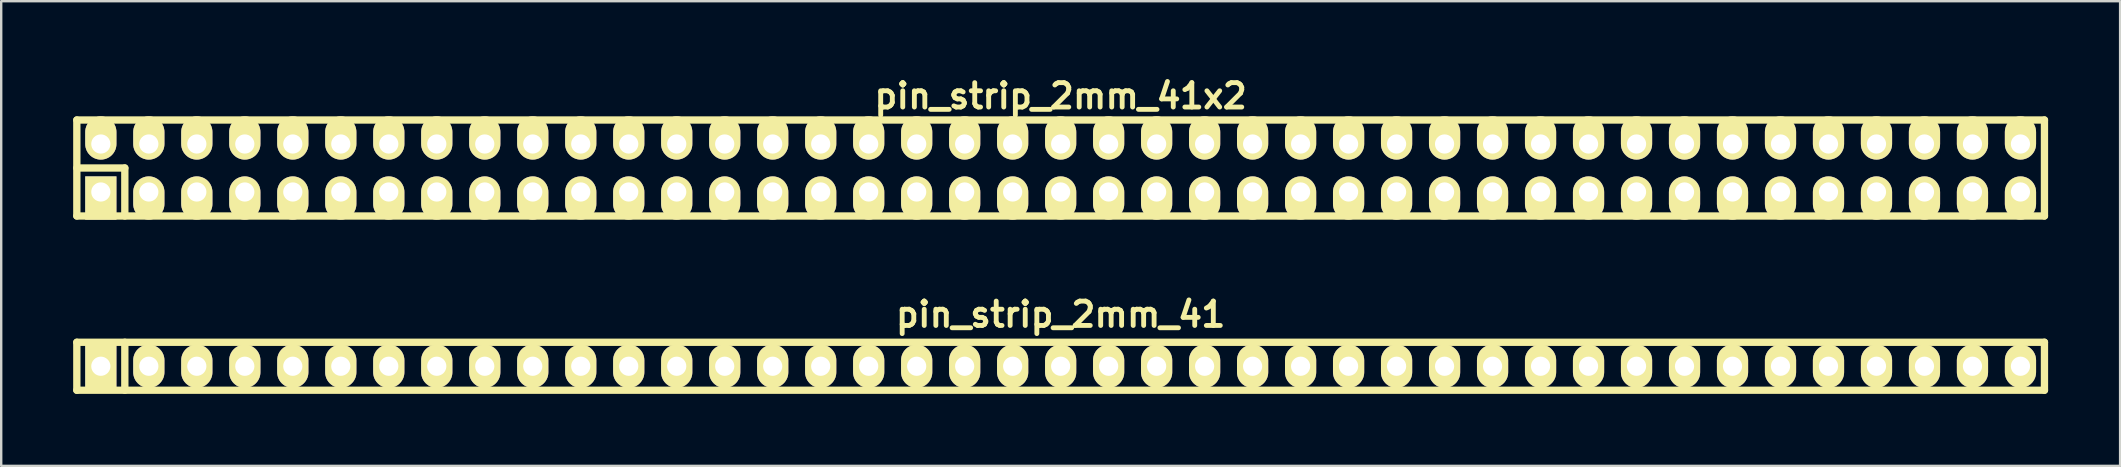
<source format=kicad_pcb>
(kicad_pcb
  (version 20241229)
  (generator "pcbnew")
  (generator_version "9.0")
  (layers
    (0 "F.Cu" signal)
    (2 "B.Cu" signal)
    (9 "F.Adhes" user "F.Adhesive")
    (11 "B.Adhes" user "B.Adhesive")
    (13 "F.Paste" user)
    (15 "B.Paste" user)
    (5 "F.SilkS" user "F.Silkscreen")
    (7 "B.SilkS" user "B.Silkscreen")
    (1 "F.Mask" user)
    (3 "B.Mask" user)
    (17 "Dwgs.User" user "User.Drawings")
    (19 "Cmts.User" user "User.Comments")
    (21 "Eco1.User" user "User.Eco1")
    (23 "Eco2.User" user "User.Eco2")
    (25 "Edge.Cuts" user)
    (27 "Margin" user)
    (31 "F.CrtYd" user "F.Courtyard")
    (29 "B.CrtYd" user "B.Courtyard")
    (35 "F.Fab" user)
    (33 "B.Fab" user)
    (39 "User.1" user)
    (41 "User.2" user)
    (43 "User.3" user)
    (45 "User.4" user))
  (footprint "pin_strip_2mm_41"
    (layer "F.Cu")
    (at 41.152 12.213)
    (property "Reference" "pin_strip_2mm_41" (at 0 -2.159 0) (layer "F.SilkS") (effects (font (size 1.016 1.016) (thickness 0.203))))
    (attr through_hole)
    (fp_line (start -41 -1) (end 41 -1) (stroke (width 0.305) (type solid)) (layer "F.SilkS"))
    (fp_line (start -41 1) (end -41 -1) (stroke (width 0.305) (type solid)) (layer "F.SilkS"))
    (fp_line (start -39 -1) (end -39 1) (stroke (width 0.305) (type solid)) (layer "F.SilkS"))
    (fp_line (start 41 -1) (end 41 1) (stroke (width 0.305) (type solid)) (layer "F.SilkS"))
    (fp_line (start 41 1) (end -41 1) (stroke (width 0.305) (type solid)) (layer "F.SilkS"))
    (pad "1" thru_hole rect (at -40 0) (size 1.3 1.8) (drill 0.8) (layers "*.Cu" "*.Mask" "F.SilkS"))
    (pad "2" thru_hole oval (at -38 0) (size 1.3 1.8) (drill 0.8) (layers "*.Cu" "*.Mask" "F.SilkS"))
    (pad "3" thru_hole oval (at -36 0) (size 1.3 1.8) (drill 0.8) (layers "*.Cu" "*.Mask" "F.SilkS"))
    (pad "4" thru_hole oval (at -34 0) (size 1.3 1.8) (drill 0.8) (layers "*.Cu" "*.Mask" "F.SilkS"))
    (pad "5" thru_hole oval (at -32 0) (size 1.3 1.8) (drill 0.8) (layers "*.Cu" "*.Mask" "F.SilkS"))
    (pad "6" thru_hole oval (at -30 0) (size 1.3 1.8) (drill 0.8) (layers "*.Cu" "*.Mask" "F.SilkS"))
    (pad "7" thru_hole oval (at -28 0) (size 1.3 1.8) (drill 0.8) (layers "*.Cu" "*.Mask" "F.SilkS"))
    (pad "8" thru_hole oval (at -26 0) (size 1.3 1.8) (drill 0.8) (layers "*.Cu" "*.Mask" "F.SilkS"))
    (pad "9" thru_hole oval (at -24 0) (size 1.3 1.8) (drill 0.8) (layers "*.Cu" "*.Mask" "F.SilkS"))
    (pad "10" thru_hole oval (at -22 0) (size 1.3 1.8) (drill 0.8) (layers "*.Cu" "*.Mask" "F.SilkS"))
    (pad "11" thru_hole oval (at -20 0) (size 1.3 1.8) (drill 0.8) (layers "*.Cu" "*.Mask" "F.SilkS"))
    (pad "12" thru_hole oval (at -18 0) (size 1.3 1.8) (drill 0.8) (layers "*.Cu" "*.Mask" "F.SilkS"))
    (pad "13" thru_hole oval (at -16 0) (size 1.3 1.8) (drill 0.8) (layers "*.Cu" "*.Mask" "F.SilkS"))
    (pad "14" thru_hole oval (at -14 0) (size 1.3 1.8) (drill 0.8) (layers "*.Cu" "*.Mask" "F.SilkS"))
    (pad "15" thru_hole oval (at -12 0) (size 1.3 1.8) (drill 0.8) (layers "*.Cu" "*.Mask" "F.SilkS"))
    (pad "16" thru_hole oval (at -10 0) (size 1.3 1.8) (drill 0.8) (layers "*.Cu" "*.Mask" "F.SilkS"))
    (pad "17" thru_hole oval (at -8 0) (size 1.3 1.8) (drill 0.8) (layers "*.Cu" "*.Mask" "F.SilkS"))
    (pad "18" thru_hole oval (at -6 0) (size 1.3 1.8) (drill 0.8) (layers "*.Cu" "*.Mask" "F.SilkS"))
    (pad "19" thru_hole oval (at -4 0) (size 1.3 1.8) (drill 0.8) (layers "*.Cu" "*.Mask" "F.SilkS"))
    (pad "20" thru_hole oval (at -2 0) (size 1.3 1.8) (drill 0.8) (layers "*.Cu" "*.Mask" "F.SilkS"))
    (pad "21" thru_hole oval (at 0 0) (size 1.3 1.8) (drill 0.8) (layers "*.Cu" "*.Mask" "F.SilkS"))
    (pad "22" thru_hole oval (at 2 0) (size 1.3 1.8) (drill 0.8) (layers "*.Cu" "*.Mask" "F.SilkS"))
    (pad "23" thru_hole oval (at 4 0) (size 1.3 1.8) (drill 0.8) (layers "*.Cu" "*.Mask" "F.SilkS"))
    (pad "24" thru_hole oval (at 6 0) (size 1.3 1.8) (drill 0.8) (layers "*.Cu" "*.Mask" "F.SilkS"))
    (pad "25" thru_hole oval (at 8 0) (size 1.3 1.8) (drill 0.8) (layers "*.Cu" "*.Mask" "F.SilkS"))
    (pad "26" thru_hole oval (at 10 0) (size 1.3 1.8) (drill 0.8) (layers "*.Cu" "*.Mask" "F.SilkS"))
    (pad "27" thru_hole oval (at 12 0) (size 1.3 1.8) (drill 0.8) (layers "*.Cu" "*.Mask" "F.SilkS"))
    (pad "28" thru_hole oval (at 14 0) (size 1.3 1.8) (drill 0.8) (layers "*.Cu" "*.Mask" "F.SilkS"))
    (pad "29" thru_hole oval (at 16 0) (size 1.3 1.8) (drill 0.8) (layers "*.Cu" "*.Mask" "F.SilkS"))
    (pad "30" thru_hole oval (at 18 0) (size 1.3 1.8) (drill 0.8) (layers "*.Cu" "*.Mask" "F.SilkS"))
    (pad "31" thru_hole oval (at 20 0) (size 1.3 1.8) (drill 0.8) (layers "*.Cu" "*.Mask" "F.SilkS"))
    (pad "32" thru_hole oval (at 22 0) (size 1.3 1.8) (drill 0.8) (layers "*.Cu" "*.Mask" "F.SilkS"))
    (pad "33" thru_hole oval (at 24 0) (size 1.3 1.8) (drill 0.8) (layers "*.Cu" "*.Mask" "F.SilkS"))
    (pad "34" thru_hole oval (at 26 0) (size 1.3 1.8) (drill 0.8) (layers "*.Cu" "*.Mask" "F.SilkS"))
    (pad "35" thru_hole oval (at 28 0) (size 1.3 1.8) (drill 0.8) (layers "*.Cu" "*.Mask" "F.SilkS"))
    (pad "36" thru_hole oval (at 30 0) (size 1.3 1.8) (drill 0.8) (layers "*.Cu" "*.Mask" "F.SilkS"))
    (pad "37" thru_hole oval (at 32 0) (size 1.3 1.8) (drill 0.8) (layers "*.Cu" "*.Mask" "F.SilkS"))
    (pad "38" thru_hole oval (at 34 0) (size 1.3 1.8) (drill 0.8) (layers "*.Cu" "*.Mask" "F.SilkS"))
    (pad "39" thru_hole oval (at 36 0) (size 1.3 1.8) (drill 0.8) (layers "*.Cu" "*.Mask" "F.SilkS"))
    (pad "40" thru_hole oval (at 38 0) (size 1.3 1.8) (drill 0.8) (layers "*.Cu" "*.Mask" "F.SilkS"))
    (pad "41" thru_hole oval (at 40 0) (size 1.3 1.8) (drill 0.8) (layers "*.Cu" "*.Mask" "F.SilkS")))
  (footprint "pin_strip_2mm_41x2"
    (layer "F.Cu")
    (at 41.152 3.951)
    (property "Reference" "pin_strip_2mm_41x2" (at 0 -3 0) (layer "F.SilkS") (effects (font (size 1.016 1.016) (thickness 0.203))))
    (attr through_hole)
    (fp_line (start -41 -2) (end 41 -2) (stroke (width 0.305) (type solid)) (layer "F.SilkS"))
    (fp_line (start -41 0) (end -39 0) (stroke (width 0.305) (type solid)) (layer "F.SilkS"))
    (fp_line (start -41 2) (end -41 -2) (stroke (width 0.305) (type solid)) (layer "F.SilkS"))
    (fp_line (start -39 0) (end -39 2) (stroke (width 0.305) (type solid)) (layer "F.SilkS"))
    (fp_line (start 41 -2) (end 41 2) (stroke (width 0.305) (type solid)) (layer "F.SilkS"))
    (fp_line (start 41 2) (end -41 2) (stroke (width 0.305) (type solid)) (layer "F.SilkS"))
    (pad "1" thru_hole rect (at -40 1) (size 1.3 1.8) (drill 0.8 (offset 0 0.25)) (layers "*.Cu" "*.Mask" "F.SilkS"))
    (pad "2" thru_hole oval (at -40 -1) (size 1.3 1.8) (drill 0.8 (offset 0 -0.25)) (layers "*.Cu" "*.Mask" "F.SilkS"))
    (pad "3" thru_hole oval (at -38 1) (size 1.3 1.8) (drill 0.8 (offset 0 0.25)) (layers "*.Cu" "*.Mask" "F.SilkS"))
    (pad "4" thru_hole oval (at -38 -1) (size 1.3 1.8) (drill 0.8 (offset 0 -0.25)) (layers "*.Cu" "*.Mask" "F.SilkS"))
    (pad "5" thru_hole oval (at -36 1) (size 1.3 1.8) (drill 0.8 (offset 0 0.25)) (layers "*.Cu" "*.Mask" "F.SilkS"))
    (pad "6" thru_hole oval (at -36 -1) (size 1.3 1.8) (drill 0.8 (offset 0 -0.25)) (layers "*.Cu" "*.Mask" "F.SilkS"))
    (pad "7" thru_hole oval (at -34 1) (size 1.3 1.8) (drill 0.8 (offset 0 0.25)) (layers "*.Cu" "*.Mask" "F.SilkS"))
    (pad "8" thru_hole oval (at -34 -1) (size 1.3 1.8) (drill 0.8 (offset 0 -0.25)) (layers "*.Cu" "*.Mask" "F.SilkS"))
    (pad "9" thru_hole oval (at -32 1) (size 1.3 1.8) (drill 0.8 (offset 0 0.25)) (layers "*.Cu" "*.Mask" "F.SilkS"))
    (pad "10" thru_hole oval (at -32 -1) (size 1.3 1.8) (drill 0.8 (offset 0 -0.25)) (layers "*.Cu" "*.Mask" "F.SilkS"))
    (pad "11" thru_hole oval (at -30 1) (size 1.3 1.8) (drill 0.8 (offset 0 0.25)) (layers "*.Cu" "*.Mask" "F.SilkS"))
    (pad "12" thru_hole oval (at -30 -1) (size 1.3 1.8) (drill 0.8 (offset 0 -0.25)) (layers "*.Cu" "*.Mask" "F.SilkS"))
    (pad "13" thru_hole oval (at -28 1) (size 1.3 1.8) (drill 0.8 (offset 0 0.25)) (layers "*.Cu" "*.Mask" "F.SilkS"))
    (pad "14" thru_hole oval (at -28 -1) (size 1.3 1.8) (drill 0.8 (offset 0 -0.25)) (layers "*.Cu" "*.Mask" "F.SilkS"))
    (pad "15" thru_hole oval (at -26 1) (size 1.3 1.8) (drill 0.8 (offset 0 0.25)) (layers "*.Cu" "*.Mask" "F.SilkS"))
    (pad "16" thru_hole oval (at -26 -1) (size 1.3 1.8) (drill 0.8 (offset 0 -0.25)) (layers "*.Cu" "*.Mask" "F.SilkS"))
    (pad "17" thru_hole oval (at -24 1) (size 1.3 1.8) (drill 0.8 (offset 0 0.25)) (layers "*.Cu" "*.Mask" "F.SilkS"))
    (pad "18" thru_hole oval (at -24 -1) (size 1.3 1.8) (drill 0.8 (offset 0 -0.25)) (layers "*.Cu" "*.Mask" "F.SilkS"))
    (pad "19" thru_hole oval (at -22 1) (size 1.3 1.8) (drill 0.8 (offset 0 0.25)) (layers "*.Cu" "*.Mask" "F.SilkS"))
    (pad "20" thru_hole oval (at -22 -1) (size 1.3 1.8) (drill 0.8 (offset 0 -0.25)) (layers "*.Cu" "*.Mask" "F.SilkS"))
    (pad "21" thru_hole oval (at -20 1) (size 1.3 1.8) (drill 0.8 (offset 0 0.25)) (layers "*.Cu" "*.Mask" "F.SilkS"))
    (pad "22" thru_hole oval (at -20 -1) (size 1.3 1.8) (drill 0.8 (offset 0 -0.25)) (layers "*.Cu" "*.Mask" "F.SilkS"))
    (pad "23" thru_hole oval (at -18 1) (size 1.3 1.8) (drill 0.8 (offset 0 0.25)) (layers "*.Cu" "*.Mask" "F.SilkS"))
    (pad "24" thru_hole oval (at -18 -1) (size 1.3 1.8) (drill 0.8 (offset 0 -0.25)) (layers "*.Cu" "*.Mask" "F.SilkS"))
    (pad "25" thru_hole oval (at -16 1) (size 1.3 1.8) (drill 0.8 (offset 0 0.25)) (layers "*.Cu" "*.Mask" "F.SilkS"))
    (pad "26" thru_hole oval (at -16 -1) (size 1.3 1.8) (drill 0.8 (offset 0 -0.25)) (layers "*.Cu" "*.Mask" "F.SilkS"))
    (pad "27" thru_hole oval (at -14 1) (size 1.3 1.8) (drill 0.8 (offset 0 0.25)) (layers "*.Cu" "*.Mask" "F.SilkS"))
    (pad "28" thru_hole oval (at -14 -1) (size 1.3 1.8) (drill 0.8 (offset 0 -0.25)) (layers "*.Cu" "*.Mask" "F.SilkS"))
    (pad "29" thru_hole oval (at -12 1) (size 1.3 1.8) (drill 0.8 (offset 0 0.25)) (layers "*.Cu" "*.Mask" "F.SilkS"))
    (pad "30" thru_hole oval (at -12 -1) (size 1.3 1.8) (drill 0.8 (offset 0 -0.25)) (layers "*.Cu" "*.Mask" "F.SilkS"))
    (pad "31" thru_hole oval (at -10 1) (size 1.3 1.8) (drill 0.8 (offset 0 0.25)) (layers "*.Cu" "*.Mask" "F.SilkS"))
    (pad "32" thru_hole oval (at -10 -1) (size 1.3 1.8) (drill 0.8 (offset 0 -0.25)) (layers "*.Cu" "*.Mask" "F.SilkS"))
    (pad "33" thru_hole oval (at -8 1) (size 1.3 1.8) (drill 0.8 (offset 0 0.25)) (layers "*.Cu" "*.Mask" "F.SilkS"))
    (pad "34" thru_hole oval (at -8 -1) (size 1.3 1.8) (drill 0.8 (offset 0 -0.25)) (layers "*.Cu" "*.Mask" "F.SilkS"))
    (pad "35" thru_hole oval (at -6 1) (size 1.3 1.8) (drill 0.8 (offset 0 0.25)) (layers "*.Cu" "*.Mask" "F.SilkS"))
    (pad "36" thru_hole oval (at -6 -1) (size 1.3 1.8) (drill 0.8 (offset 0 -0.25)) (layers "*.Cu" "*.Mask" "F.SilkS"))
    (pad "37" thru_hole oval (at -4 1) (size 1.3 1.8) (drill 0.8 (offset 0 0.25)) (layers "*.Cu" "*.Mask" "F.SilkS"))
    (pad "38" thru_hole oval (at -4 -1) (size 1.3 1.8) (drill 0.8 (offset 0 -0.25)) (layers "*.Cu" "*.Mask" "F.SilkS"))
    (pad "39" thru_hole oval (at -2 1) (size 1.3 1.8) (drill 0.8 (offset 0 0.25)) (layers "*.Cu" "*.Mask" "F.SilkS"))
    (pad "40" thru_hole oval (at -2 -1) (size 1.3 1.8) (drill 0.8 (offset 0 -0.25)) (layers "*.Cu" "*.Mask" "F.SilkS"))
    (pad "41" thru_hole oval (at 0 1) (size 1.3 1.8) (drill 0.8 (offset 0 0.25)) (layers "*.Cu" "*.Mask" "F.SilkS"))
    (pad "42" thru_hole oval (at 0 -1) (size 1.3 1.8) (drill 0.8 (offset 0 -0.25)) (layers "*.Cu" "*.Mask" "F.SilkS"))
    (pad "43" thru_hole oval (at 2 1) (size 1.3 1.8) (drill 0.8 (offset 0 0.25)) (layers "*.Cu" "*.Mask" "F.SilkS"))
    (pad "44" thru_hole oval (at 2 -1) (size 1.3 1.8) (drill 0.8 (offset 0 -0.25)) (layers "*.Cu" "*.Mask" "F.SilkS"))
    (pad "45" thru_hole oval (at 4 1) (size 1.3 1.8) (drill 0.8 (offset 0 0.25)) (layers "*.Cu" "*.Mask" "F.SilkS"))
    (pad "46" thru_hole oval (at 4 -1) (size 1.3 1.8) (drill 0.8 (offset 0 -0.25)) (layers "*.Cu" "*.Mask" "F.SilkS"))
    (pad "47" thru_hole oval (at 6 1) (size 1.3 1.8) (drill 0.8 (offset 0 0.25)) (layers "*.Cu" "*.Mask" "F.SilkS"))
    (pad "48" thru_hole oval (at 6 -1) (size 1.3 1.8) (drill 0.8 (offset 0 -0.25)) (layers "*.Cu" "*.Mask" "F.SilkS"))
    (pad "49" thru_hole oval (at 8 1) (size 1.3 1.8) (drill 0.8 (offset 0 0.25)) (layers "*.Cu" "*.Mask" "F.SilkS"))
    (pad "50" thru_hole oval (at 8 -1) (size 1.3 1.8) (drill 0.8 (offset 0 -0.25)) (layers "*.Cu" "*.Mask" "F.SilkS"))
    (pad "51" thru_hole oval (at 10 1) (size 1.3 1.8) (drill 0.8 (offset 0 0.25)) (layers "*.Cu" "*.Mask" "F.SilkS"))
    (pad "52" thru_hole oval (at 10 -1) (size 1.3 1.8) (drill 0.8 (offset 0 -0.25)) (layers "*.Cu" "*.Mask" "F.SilkS"))
    (pad "53" thru_hole oval (at 12 1) (size 1.3 1.8) (drill 0.8 (offset 0 0.25)) (layers "*.Cu" "*.Mask" "F.SilkS"))
    (pad "54" thru_hole oval (at 12 -1) (size 1.3 1.8) (drill 0.8 (offset 0 -0.25)) (layers "*.Cu" "*.Mask" "F.SilkS"))
    (pad "55" thru_hole oval (at 14 1) (size 1.3 1.8) (drill 0.8 (offset 0 0.25)) (layers "*.Cu" "*.Mask" "F.SilkS"))
    (pad "56" thru_hole oval (at 14 -1) (size 1.3 1.8) (drill 0.8 (offset 0 -0.25)) (layers "*.Cu" "*.Mask" "F.SilkS"))
    (pad "57" thru_hole oval (at 16 1) (size 1.3 1.8) (drill 0.8 (offset 0 0.25)) (layers "*.Cu" "*.Mask" "F.SilkS"))
    (pad "58" thru_hole oval (at 16 -1) (size 1.3 1.8) (drill 0.8 (offset 0 -0.25)) (layers "*.Cu" "*.Mask" "F.SilkS"))
    (pad "59" thru_hole oval (at 18 1) (size 1.3 1.8) (drill 0.8 (offset 0 0.25)) (layers "*.Cu" "*.Mask" "F.SilkS"))
    (pad "60" thru_hole oval (at 18 -1) (size 1.3 1.8) (drill 0.8 (offset 0 -0.25)) (layers "*.Cu" "*.Mask" "F.SilkS"))
    (pad "61" thru_hole oval (at 20 1) (size 1.3 1.8) (drill 0.8 (offset 0 0.25)) (layers "*.Cu" "*.Mask" "F.SilkS"))
    (pad "62" thru_hole oval (at 20 -1) (size 1.3 1.8) (drill 0.8 (offset 0 -0.25)) (layers "*.Cu" "*.Mask" "F.SilkS"))
    (pad "63" thru_hole oval (at 22 1) (size 1.3 1.8) (drill 0.8 (offset 0 0.25)) (layers "*.Cu" "*.Mask" "F.SilkS"))
    (pad "64" thru_hole oval (at 22 -1) (size 1.3 1.8) (drill 0.8 (offset 0 -0.25)) (layers "*.Cu" "*.Mask" "F.SilkS"))
    (pad "65" thru_hole oval (at 24 1) (size 1.3 1.8) (drill 0.8 (offset 0 0.25)) (layers "*.Cu" "*.Mask" "F.SilkS"))
    (pad "66" thru_hole oval (at 24 -1) (size 1.3 1.8) (drill 0.8 (offset 0 -0.25)) (layers "*.Cu" "*.Mask" "F.SilkS"))
    (pad "67" thru_hole oval (at 26 1) (size 1.3 1.8) (drill 0.8 (offset 0 0.25)) (layers "*.Cu" "*.Mask" "F.SilkS"))
    (pad "68" thru_hole oval (at 26 -1) (size 1.3 1.8) (drill 0.8 (offset 0 -0.25)) (layers "*.Cu" "*.Mask" "F.SilkS"))
    (pad "69" thru_hole oval (at 28 1) (size 1.3 1.8) (drill 0.8 (offset 0 0.25)) (layers "*.Cu" "*.Mask" "F.SilkS"))
    (pad "70" thru_hole oval (at 28 -1) (size 1.3 1.8) (drill 0.8 (offset 0 -0.25)) (layers "*.Cu" "*.Mask" "F.SilkS"))
    (pad "71" thru_hole oval (at 30 1) (size 1.3 1.8) (drill 0.8 (offset 0 0.25)) (layers "*.Cu" "*.Mask" "F.SilkS"))
    (pad "72" thru_hole oval (at 30 -1) (size 1.3 1.8) (drill 0.8 (offset 0 -0.25)) (layers "*.Cu" "*.Mask" "F.SilkS"))
    (pad "73" thru_hole oval (at 32 1) (size 1.3 1.8) (drill 0.8 (offset 0 0.25)) (layers "*.Cu" "*.Mask" "F.SilkS"))
    (pad "74" thru_hole oval (at 32 -1) (size 1.3 1.8) (drill 0.8 (offset 0 -0.25)) (layers "*.Cu" "*.Mask" "F.SilkS"))
    (pad "75" thru_hole oval (at 34 1) (size 1.3 1.8) (drill 0.8 (offset 0 0.25)) (layers "*.Cu" "*.Mask" "F.SilkS"))
    (pad "76" thru_hole oval (at 34 -1) (size 1.3 1.8) (drill 0.8 (offset 0 -0.25)) (layers "*.Cu" "*.Mask" "F.SilkS"))
    (pad "77" thru_hole oval (at 36 1) (size 1.3 1.8) (drill 0.8 (offset 0 0.25)) (layers "*.Cu" "*.Mask" "F.SilkS"))
    (pad "78" thru_hole oval (at 36 -1) (size 1.3 1.8) (drill 0.8 (offset 0 -0.25)) (layers "*.Cu" "*.Mask" "F.SilkS"))
    (pad "79" thru_hole oval (at 38 1) (size 1.3 1.8) (drill 0.8 (offset 0 0.25)) (layers "*.Cu" "*.Mask" "F.SilkS"))
    (pad "80" thru_hole oval (at 38 -1) (size 1.3 1.8) (drill 0.8 (offset 0 -0.25)) (layers "*.Cu" "*.Mask" "F.SilkS"))
    (pad "81" thru_hole oval (at 40 1) (size 1.3 1.8) (drill 0.8 (offset 0 0.25)) (layers "*.Cu" "*.Mask" "F.SilkS"))
    (pad "82" thru_hole oval (at 40 -1) (size 1.3 1.8) (drill 0.8 (offset 0 -0.25)) (layers "*.Cu" "*.Mask" "F.SilkS")))
  (gr_rect
    (start -3 -3)
    (end 85.305 16.366)
    (stroke (width 0.1) (type default))
    (fill no)
    (layer "Edge.Cuts")))
</source>
